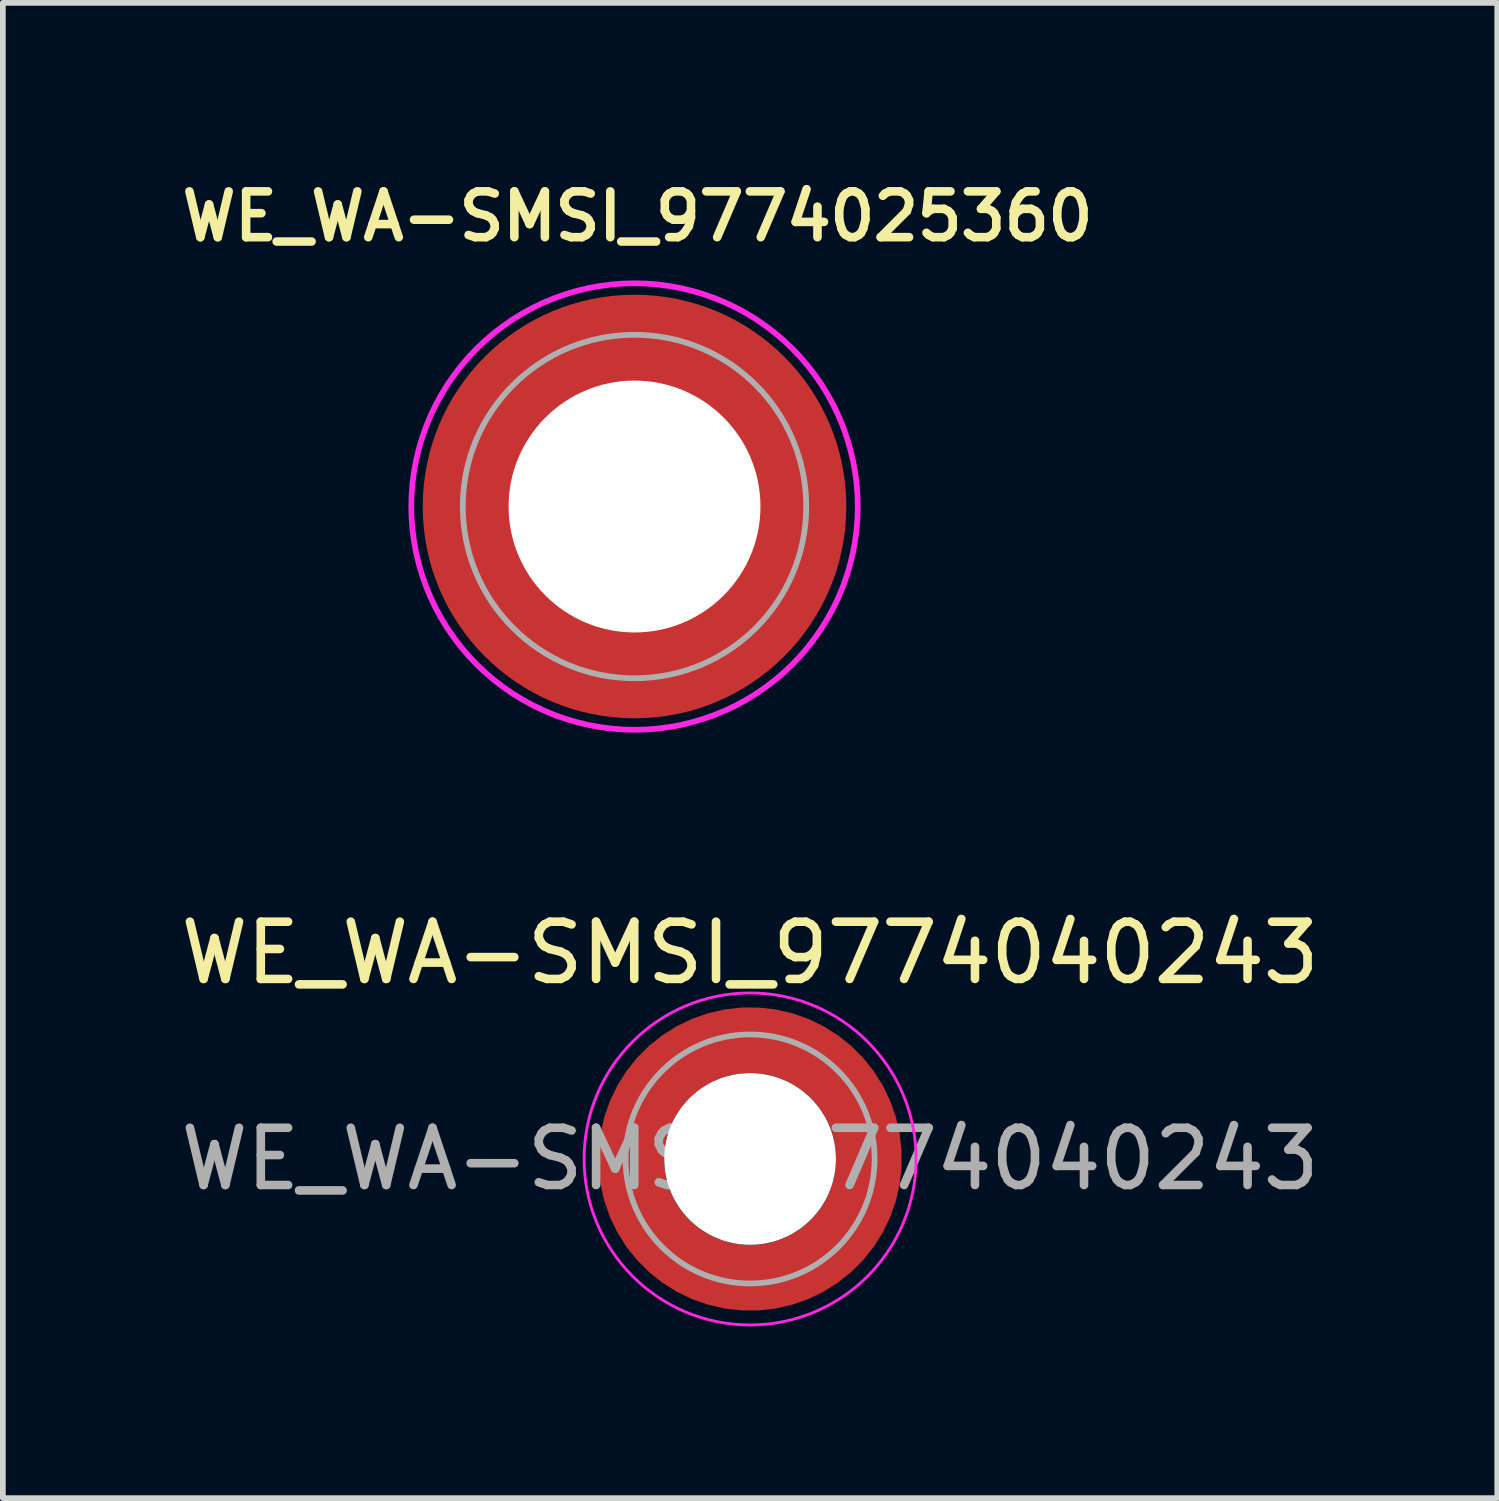
<source format=kicad_pcb>
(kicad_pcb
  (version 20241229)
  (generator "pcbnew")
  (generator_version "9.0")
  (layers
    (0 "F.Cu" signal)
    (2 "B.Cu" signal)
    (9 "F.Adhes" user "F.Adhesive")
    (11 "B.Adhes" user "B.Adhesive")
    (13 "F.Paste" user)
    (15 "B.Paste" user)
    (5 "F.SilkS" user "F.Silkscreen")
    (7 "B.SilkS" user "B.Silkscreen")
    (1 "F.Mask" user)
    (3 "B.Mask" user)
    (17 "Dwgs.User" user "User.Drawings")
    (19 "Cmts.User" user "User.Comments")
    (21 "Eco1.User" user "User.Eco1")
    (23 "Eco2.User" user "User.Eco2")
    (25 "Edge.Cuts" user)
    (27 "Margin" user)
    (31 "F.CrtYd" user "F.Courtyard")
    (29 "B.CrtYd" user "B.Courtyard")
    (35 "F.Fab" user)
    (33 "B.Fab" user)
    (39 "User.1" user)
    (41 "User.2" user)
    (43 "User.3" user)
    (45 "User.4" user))
  (footprint "WE_WA-SMSI_9774025360"
    (layer "F.Cu")
    (at 8.035 5.799)
    (property "Reference" "WE_WA-SMSI_9774025360" (at 0.053 -5.068 0) (layer "F.SilkS") (effects (font (size 0.8 0.8) (thickness 0.15))))
    (attr through_hole)
    (fp_poly (pts (xy -3.615 0.4) (xy -2.205 0.4) (xy -2.19 0.475) (xy -2.165 0.58) (xy -2.13 0.7) (xy -2.1 0.78) (xy -2.07 0.86) (xy -2.025 0.96) (xy -1.975 1.06) (xy -1.92 1.155) (xy -1.86 1.25) (xy -1.815 1.315) (xy -1.75 1.4) (xy -1.695 1.465) (xy -1.605 1.565) (xy -1.52 1.645) (xy -1.465 1.695) (xy -1.405 1.745) (xy -1.32 1.81) (xy -1.235 1.87) (xy -1.13 1.935) (xy -1.05 1.98) (xy -0.95 2.03) (xy -0.81 2.09) (xy -0.695 2.13) (xy -0.58 2.165) (xy -0.475 2.19) (xy -0.4 2.205) (xy -0.4 3.615) (xy -0.43 3.61) (xy -0.505 3.6) (xy -0.605 3.585) (xy -0.715 3.565) (xy -0.83 3.54) (xy -0.93 3.515) (xy -1.04 3.485) (xy -1.135 3.455) (xy -1.205 3.43) (xy -1.3 3.395) (xy -1.365 3.37) (xy -1.46 3.33) (xy -1.55 3.29) (xy -1.65 3.24) (xy -1.77 3.175) (xy -1.885 3.11) (xy -1.985 3.045) (xy -2.075 2.985) (xy -2.165 2.92) (xy -2.23 2.87) (xy -2.295 2.82) (xy -2.365 2.76) (xy -2.44 2.695) (xy -2.515 2.625) (xy -2.6 2.54) (xy -2.645 2.495) (xy -2.69 2.445) (xy -2.76 2.365) (xy -2.82 2.295) (xy -2.875 2.225) (xy -2.935 2.145) (xy -2.995 2.06) (xy -3.085 1.925) (xy -3.18 1.765) (xy -3.27 1.59) (xy -3.34 1.44) (xy -3.4 1.29) (xy -3.455 1.135) (xy -3.505 0.97) (xy -3.55 0.795) (xy -3.575 0.665) (xy -3.6 0.52)) (stroke (width 0.01) (type solid)) (fill yes) (layer "F.Paste"))
    (fp_poly (pts (xy -0.4 -3.615) (xy -0.4 -2.205) (xy -0.475 -2.19) (xy -0.58 -2.165) (xy -0.7 -2.13) (xy -0.78 -2.1) (xy -0.86 -2.07) (xy -0.96 -2.025) (xy -1.06 -1.975) (xy -1.155 -1.92) (xy -1.25 -1.86) (xy -1.315 -1.815) (xy -1.4 -1.75) (xy -1.465 -1.695) (xy -1.565 -1.605) (xy -1.645 -1.52) (xy -1.695 -1.465) (xy -1.745 -1.405) (xy -1.81 -1.32) (xy -1.87 -1.235) (xy -1.935 -1.13) (xy -1.98 -1.05) (xy -2.03 -0.95) (xy -2.09 -0.81) (xy -2.13 -0.695) (xy -2.165 -0.58) (xy -2.19 -0.475) (xy -2.205 -0.4) (xy -3.615 -0.4) (xy -3.61 -0.43) (xy -3.6 -0.505) (xy -3.585 -0.605) (xy -3.565 -0.715) (xy -3.54 -0.83) (xy -3.515 -0.93) (xy -3.485 -1.04) (xy -3.455 -1.135) (xy -3.43 -1.205) (xy -3.395 -1.3) (xy -3.37 -1.365) (xy -3.33 -1.46) (xy -3.29 -1.55) (xy -3.24 -1.65) (xy -3.175 -1.77) (xy -3.11 -1.885) (xy -3.045 -1.985) (xy -2.985 -2.075) (xy -2.92 -2.165) (xy -2.87 -2.23) (xy -2.82 -2.295) (xy -2.76 -2.365) (xy -2.695 -2.44) (xy -2.625 -2.515) (xy -2.54 -2.6) (xy -2.495 -2.645) (xy -2.445 -2.69) (xy -2.365 -2.76) (xy -2.295 -2.82) (xy -2.225 -2.875) (xy -2.145 -2.935) (xy -2.06 -2.995) (xy -1.925 -3.085) (xy -1.765 -3.18) (xy -1.59 -3.27) (xy -1.44 -3.34) (xy -1.29 -3.4) (xy -1.135 -3.455) (xy -0.97 -3.505) (xy -0.795 -3.55) (xy -0.665 -3.575) (xy -0.52 -3.6)) (stroke (width 0.01) (type solid)) (fill yes) (layer "F.Paste"))
    (fp_poly (pts (xy 0.4 3.615) (xy 0.4 2.205) (xy 0.475 2.19) (xy 0.58 2.165) (xy 0.7 2.13) (xy 0.78 2.1) (xy 0.86 2.07) (xy 0.96 2.025) (xy 1.06 1.975) (xy 1.155 1.92) (xy 1.25 1.86) (xy 1.315 1.815) (xy 1.4 1.75) (xy 1.465 1.695) (xy 1.565 1.605) (xy 1.645 1.52) (xy 1.695 1.465) (xy 1.745 1.405) (xy 1.81 1.32) (xy 1.87 1.235) (xy 1.935 1.13) (xy 1.98 1.05) (xy 2.03 0.95) (xy 2.09 0.81) (xy 2.13 0.695) (xy 2.165 0.58) (xy 2.19 0.475) (xy 2.205 0.4) (xy 3.615 0.4) (xy 3.61 0.43) (xy 3.6 0.505) (xy 3.585 0.605) (xy 3.565 0.715) (xy 3.54 0.83) (xy 3.515 0.93) (xy 3.485 1.04) (xy 3.455 1.135) (xy 3.43 1.205) (xy 3.395 1.3) (xy 3.37 1.365) (xy 3.33 1.46) (xy 3.29 1.55) (xy 3.24 1.65) (xy 3.175 1.77) (xy 3.11 1.885) (xy 3.045 1.985) (xy 2.985 2.075) (xy 2.92 2.165) (xy 2.87 2.23) (xy 2.82 2.295) (xy 2.76 2.365) (xy 2.695 2.44) (xy 2.625 2.515) (xy 2.54 2.6) (xy 2.495 2.645) (xy 2.445 2.69) (xy 2.365 2.76) (xy 2.295 2.82) (xy 2.225 2.875) (xy 2.145 2.935) (xy 2.06 2.995) (xy 1.925 3.085) (xy 1.765 3.18) (xy 1.59 3.27) (xy 1.44 3.34) (xy 1.29 3.4) (xy 1.135 3.455) (xy 0.97 3.505) (xy 0.795 3.55) (xy 0.665 3.575) (xy 0.52 3.6)) (stroke (width 0.01) (type solid)) (fill yes) (layer "F.Paste"))
    (fp_poly (pts (xy 3.615 -0.4) (xy 2.205 -0.4) (xy 2.19 -0.475) (xy 2.165 -0.58) (xy 2.13 -0.7) (xy 2.1 -0.78) (xy 2.07 -0.86) (xy 2.025 -0.96) (xy 1.975 -1.06) (xy 1.92 -1.155) (xy 1.86 -1.25) (xy 1.815 -1.315) (xy 1.75 -1.4) (xy 1.695 -1.465) (xy 1.605 -1.565) (xy 1.52 -1.645) (xy 1.465 -1.695) (xy 1.405 -1.745) (xy 1.32 -1.81) (xy 1.235 -1.87) (xy 1.13 -1.935) (xy 1.05 -1.98) (xy 0.95 -2.03) (xy 0.81 -2.09) (xy 0.695 -2.13) (xy 0.58 -2.165) (xy 0.475 -2.19) (xy 0.4 -2.205) (xy 0.4 -3.615) (xy 0.43 -3.61) (xy 0.505 -3.6) (xy 0.605 -3.585) (xy 0.715 -3.565) (xy 0.83 -3.54) (xy 0.93 -3.515) (xy 1.04 -3.485) (xy 1.135 -3.455) (xy 1.205 -3.43) (xy 1.3 -3.395) (xy 1.365 -3.37) (xy 1.46 -3.33) (xy 1.55 -3.29) (xy 1.65 -3.24) (xy 1.77 -3.175) (xy 1.885 -3.11) (xy 1.985 -3.045) (xy 2.075 -2.985) (xy 2.165 -2.92) (xy 2.23 -2.87) (xy 2.295 -2.82) (xy 2.365 -2.76) (xy 2.44 -2.695) (xy 2.515 -2.625) (xy 2.6 -2.54) (xy 2.645 -2.495) (xy 2.69 -2.445) (xy 2.76 -2.365) (xy 2.82 -2.295) (xy 2.875 -2.225) (xy 2.935 -2.145) (xy 2.995 -2.06) (xy 3.085 -1.925) (xy 3.18 -1.765) (xy 3.27 -1.59) (xy 3.34 -1.44) (xy 3.4 -1.29) (xy 3.455 -1.135) (xy 3.505 -0.97) (xy 3.55 -0.795) (xy 3.575 -0.665) (xy 3.6 -0.52)) (stroke (width 0.01) (type solid)) (fill yes) (layer "F.Paste"))
    (fp_poly (pts (xy 0 -3.9) (xy 0.204 -3.895) (xy 0.408 -3.879) (xy 0.61 -3.852) (xy 0.811 -3.815) (xy 1.009 -3.767) (xy 1.205 -3.709) (xy 1.398 -3.641) (xy 1.586 -3.563) (xy 1.771 -3.475) (xy 1.95 -3.377) (xy 2.124 -3.271) (xy 2.292 -3.155) (xy 2.454 -3.031) (xy 2.61 -2.898) (xy 2.758 -2.758) (xy 2.898 -2.61) (xy 3.031 -2.454) (xy 3.155 -2.292) (xy 3.271 -2.124) (xy 3.377 -1.95) (xy 3.475 -1.771) (xy 3.563 -1.586) (xy 3.641 -1.398) (xy 3.709 -1.205) (xy 3.767 -1.009) (xy 3.815 -0.811) (xy 3.852 -0.61) (xy 3.879 -0.408) (xy 3.895 -0.204) (xy 3.9 0) (xy 3.895 0.204) (xy 3.879 0.408) (xy 3.852 0.61) (xy 3.815 0.811) (xy 3.767 1.009) (xy 3.709 1.205) (xy 3.641 1.398) (xy 3.563 1.586) (xy 3.475 1.771) (xy 3.377 1.95) (xy 3.271 2.124) (xy 3.155 2.292) (xy 3.031 2.454) (xy 2.898 2.61) (xy 2.758 2.758) (xy 2.61 2.898) (xy 2.454 3.031) (xy 2.292 3.155) (xy 2.124 3.271) (xy 1.95 3.377) (xy 1.771 3.475) (xy 1.586 3.563) (xy 1.398 3.641) (xy 1.205 3.709) (xy 1.009 3.767) (xy 0.811 3.815) (xy 0.61 3.852) (xy 0.408 3.879) (xy 0.204 3.895) (xy 0 3.9) (xy -0.204 3.895) (xy -0.408 3.879) (xy -0.61 3.852) (xy -0.811 3.815) (xy -1.009 3.767) (xy -1.205 3.709) (xy -1.398 3.641) (xy -1.586 3.563) (xy -1.771 3.475) (xy -1.95 3.377) (xy -2.124 3.271) (xy -2.292 3.155) (xy -2.454 3.031) (xy -2.61 2.898) (xy -2.758 2.758) (xy -2.898 2.61) (xy -3.031 2.454) (xy -3.155 2.292) (xy -3.271 2.124) (xy -3.377 1.95) (xy -3.475 1.771) (xy -3.563 1.586) (xy -3.641 1.398) (xy -3.709 1.205) (xy -3.767 1.009) (xy -3.815 0.811) (xy -3.852 0.61) (xy -3.879 0.408) (xy -3.895 0.204) (xy -3.9 0) (xy -3.895 -0.204) (xy -3.879 -0.408) (xy -3.852 -0.61) (xy -3.815 -0.811) (xy -3.767 -1.009) (xy -3.709 -1.205) (xy -3.641 -1.398) (xy -3.563 -1.586) (xy -3.475 -1.771) (xy -3.377 -1.95) (xy -3.271 -2.124) (xy -3.155 -2.292) (xy -3.031 -2.454) (xy -2.898 -2.61) (xy -2.758 -2.758) (xy -2.61 -2.898) (xy -2.454 -3.031) (xy -2.292 -3.155) (xy -2.124 -3.271) (xy -1.95 -3.377) (xy -1.771 -3.475) (xy -1.586 -3.563) (xy -1.398 -3.641) (xy -1.205 -3.709) (xy -1.009 -3.767) (xy -0.811 -3.815) (xy -0.61 -3.852) (xy -0.408 -3.879) (xy -0.204 -3.895) (xy 0 -3.9)) (stroke (width 0.1) (type solid)) (fill no) (layer "F.CrtYd"))
    (fp_circle (center 0 0) (end 3 0) (stroke (width 0.1) (type solid)) (fill no) (layer "F.Fab"))
    (pad "" np_thru_hole circle (at 0 0) (size 4.4 4.4) (drill 4.4) (layers "*.Cu" "*.Mask"))
    (pad "1" smd circle (at 0 0) (size 7.4 7.4) (layers "F.Cu" "F.Mask")))
  (footprint "WE_WA-SMSI_9774040243"
    (layer "F.Cu")
    (at 10.054 17.197)
    (property "Reference" "WE_WA-SMSI_9774040243" (at 0 -3.6 0) (layer "F.SilkS") (effects (font (size 1 1) (thickness 0.15))))
    (attr smd)
    (fp_circle (center 0 0) (end 2.9 0) (stroke (width 0.05) (type solid)) (fill no) (layer "F.CrtYd"))
    (fp_circle (center 0 0) (end 2.175 0) (stroke (width 0.1) (type solid)) (fill no) (layer "F.Fab"))
    (fp_text user "${REFERENCE}" (at 0 0 0) (layer "F.Fab") (effects (font (size 1 1) (thickness 0.15))))
    (pad "" smd custom (at -1.453 -1.453) (size 0.61 0.61) (layers "F.Paste") (options (anchor circle)) (primitives (gr_arc (start -0.147677 1.053104) (mid 0.285964 0.286792) (end 1.051968 -0.147393) (width 0.2)) (gr_arc (start -0.240295 1.053104) (mid 0.22253 0.222946) (end 1.052531 -0.24016) (width 0.2)) (gr_arc (start -0.332645 1.053104) (mid 0.158548 0.15965) (end 1.051583 -0.332304) (width 0.2)) (gr_arc (start -0.424767 1.053104) (mid 0.09486 0.096059) (end 1.051446 -0.424413) (width 0.2)) (gr_arc (start -0.516693 1.053104) (mid 0.031293 0.032346) (end 1.051645 -0.516396) (width 0.2)) (gr_arc (start -0.608448 1.053104) (mid -0.032323 -0.031316) (end 1.051707 -0.608176) (width 0.2)) (gr_arc (start -0.700056 1.053104) (mid -0.09616 -0.094758) (end 1.051155 -0.699693) (width 0.2)) (gr_arc (start -0.791534 1.053104) (mid -0.160388 -0.15781) (end 1.049515 -0.790891) (width 0.2)) (gr_arc (start -0.882896 1.053104) (mid -0.223713 -0.221764) (end 1.050388 -0.882429) (width 0.2)) (gr_arc (start -0.974157 1.053104) (mid -0.287654 -0.285101) (end 1.049541 -0.973567) (width 0.2)) (gr_line (start 1.053 -0.148) (end 1.053 -0.974) (width 0.2)) (gr_line (start -0.148 1.053) (end -0.974 1.053) (width 0.2))))
    (pad "" smd custom (at -1.453 1.453) (size 0.61 0.61) (layers "F.Paste") (options (anchor circle)) (primitives (gr_arc (start 1.053104 0.147677) (mid 0.286792 -0.285964) (end -0.147393 -1.051968) (width 0.2)) (gr_arc (start 1.053104 0.240295) (mid 0.222946 -0.22253) (end -0.24016 -1.052531) (width 0.2)) (gr_arc (start 1.053104 0.332645) (mid 0.15965 -0.158548) (end -0.332304 -1.051583) (width 0.2)) (gr_arc (start 1.053104 0.424767) (mid 0.096059 -0.09486) (end -0.424413 -1.051446) (width 0.2)) (gr_arc (start 1.053104 0.516693) (mid 0.032346 -0.031293) (end -0.516396 -1.051645) (width 0.2)) (gr_arc (start 1.053104 0.608448) (mid -0.031316 0.032323) (end -0.608176 -1.051707) (width 0.2)) (gr_arc (start 1.053104 0.700056) (mid -0.094758 0.09616) (end -0.699693 -1.051155) (width 0.2)) (gr_arc (start 1.053104 0.791534) (mid -0.15781 0.160388) (end -0.790891 -1.049515) (width 0.2)) (gr_arc (start 1.053104 0.882896) (mid -0.221764 0.223713) (end -0.882429 -1.050388) (width 0.2)) (gr_arc (start 1.053104 0.974157) (mid -0.285101 0.287654) (end -0.973567 -1.049541) (width 0.2)) (gr_line (start -0.148 -1.053) (end -0.974 -1.053) (width 0.2)) (gr_line (start 1.053 0.148) (end 1.053 0.974) (width 0.2))))
    (pad "" np_thru_hole circle (at 0 0) (size 3 3) (drill 3) (layers "*.Cu" "*.Mask"))
    (pad "" smd custom (at 1.453 -1.453) (size 0.61 0.61) (layers "F.Paste") (options (anchor circle)) (primitives (gr_arc (start -1.053104 -0.147677) (mid -0.286792 0.285964) (end 0.147393 1.051968) (width 0.2)) (gr_arc (start -1.053104 -0.240295) (mid -0.222946 0.22253) (end 0.24016 1.052531) (width 0.2)) (gr_arc (start -1.053104 -0.332645) (mid -0.15965 0.158548) (end 0.332304 1.051583) (width 0.2)) (gr_arc (start -1.053104 -0.424767) (mid -0.096059 0.09486) (end 0.424413 1.051446) (width 0.2)) (gr_arc (start -1.053104 -0.516693) (mid -0.032346 0.031293) (end 0.516396 1.051645) (width 0.2)) (gr_arc (start -1.053104 -0.608448) (mid 0.031316 -0.032323) (end 0.608176 1.051707) (width 0.2)) (gr_arc (start -1.053104 -0.700056) (mid 0.094758 -0.09616) (end 0.699693 1.051155) (width 0.2)) (gr_arc (start -1.053104 -0.791534) (mid 0.15781 -0.160388) (end 0.790891 1.049515) (width 0.2)) (gr_arc (start -1.053104 -0.882896) (mid 0.221764 -0.223713) (end 0.882429 1.050388) (width 0.2)) (gr_arc (start -1.053104 -0.974157) (mid 0.285101 -0.287654) (end 0.973567 1.049541) (width 0.2)) (gr_line (start 0.148 1.053) (end 0.974 1.053) (width 0.2)) (gr_line (start -1.053 -0.148) (end -1.053 -0.974) (width 0.2))))
    (pad "" smd custom (at 1.453 1.453) (size 0.61 0.61) (layers "F.Paste") (options (anchor circle)) (primitives (gr_arc (start 0.147677 -1.053104) (mid -0.285964 -0.286792) (end -1.051968 0.147393) (width 0.2)) (gr_arc (start 0.240295 -1.053104) (mid -0.22253 -0.222946) (end -1.052531 0.24016) (width 0.2)) (gr_arc (start 0.332645 -1.053104) (mid -0.158548 -0.15965) (end -1.051583 0.332304) (width 0.2)) (gr_arc (start 0.424767 -1.053104) (mid -0.09486 -0.096059) (end -1.051446 0.424413) (width 0.2)) (gr_arc (start 0.516693 -1.053104) (mid -0.031293 -0.032346) (end -1.051645 0.516396) (width 0.2)) (gr_arc (start 0.608448 -1.053104) (mid 0.032323 0.031316) (end -1.051707 0.608176) (width 0.2)) (gr_arc (start 0.700056 -1.053104) (mid 0.09616 0.094758) (end -1.051155 0.699693) (width 0.2)) (gr_arc (start 0.791534 -1.053104) (mid 0.160388 0.15781) (end -1.049515 0.790891) (width 0.2)) (gr_arc (start 0.882896 -1.053104) (mid 0.223713 0.221764) (end -1.050388 0.882429) (width 0.2)) (gr_arc (start 0.974157 -1.053104) (mid 0.287654 0.285101) (end -1.049541 0.973567) (width 0.2)) (gr_line (start -1.053 0.148) (end -1.053 0.974) (width 0.2)) (gr_line (start 0.148 -1.053) (end 0.974 -1.053) (width 0.2))))
    (pad "1" smd circle (at -2.075 0) (size 0.75 0.75) (layers "F.Cu"))
    (pad "1" smd circle (at 0 -2.075) (size 0.75 0.75) (layers "F.Cu"))
    (pad "1" smd circle (at 0 2.075) (size 0.75 0.75) (layers "F.Cu"))
    (pad "1" smd custom (at 2.075 0) (size 0.75 0.75) (layers "F.Cu" "F.Mask") (options (anchor circle)) (primitives (gr_circle (center -2.075 0) (end 0 0) (width 1.15) (fill no)))))
  (gr_rect
    (start -3 -3)
    (end 23.107 23.122)
    (stroke (width 0.1) (type default))
    (fill no)
    (layer "Edge.Cuts")))
</source>
